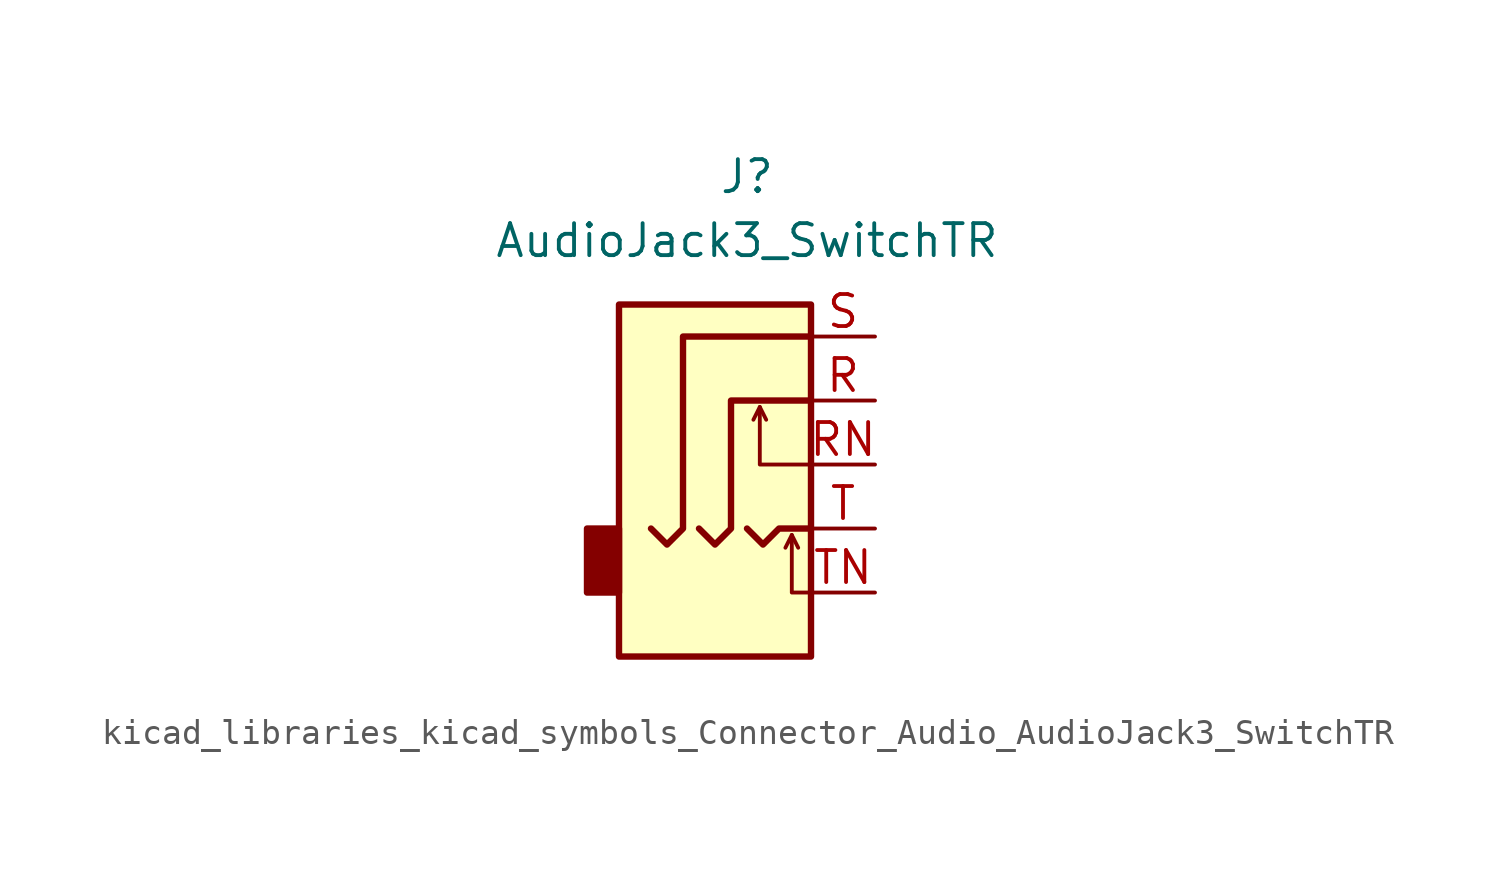
<source format=kicad_sym>
(kicad_symbol_lib
  (version 20220914)
  (generator kicad_symbol_editor)
  (symbol "kicad_libraries_kicad_symbols_Connector_Audio_AudioJack3_SwitchTR"
    (property "Reference" "J"
      (at 0 8.89 0)
      (effects (font (size 1.27 1.27))))
    (property "Value" "AudioJack3_SwitchTR"
      (at 0 6.35 0)
      (effects (font (size 1.27 1.27))))
    (symbol "kicad_libraries_kicad_symbols_Connector_Audio_AudioJack3_SwitchTR_0_1"
      (rectangle (start -5.08 -5.08) (end -6.35 -7.62) (stroke (width 0.254) (type default)) (fill (type outline)))
      (polyline (pts (xy 0.508 -0.254) (xy 0.762 -0.762)) (stroke (width 0) (type default)) (fill (type none)))
      (polyline (pts (xy 1.778 -5.334) (xy 2.032 -5.842)) (stroke (width 0) (type default)) (fill (type none)))
      (polyline (pts (xy 0 -5.08) (xy 0.635 -5.715) (xy 1.27 -5.08) (xy 2.54 -5.08)) (stroke (width 0.254) (type default)) (fill (type none)))
      (polyline (pts (xy 2.54 -7.62) (xy 1.778 -7.62) (xy 1.778 -5.334) (xy 1.524 -5.842)) (stroke (width 0) (type default)) (fill (type none)))
      (polyline (pts (xy 2.54 -2.54) (xy 0.508 -2.54) (xy 0.508 -0.254) (xy 0.254 -0.762)) (stroke (width 0) (type default)) (fill (type none)))
      (polyline (pts (xy -1.905 -5.08) (xy -1.27 -5.715) (xy -0.635 -5.08) (xy -0.635 0) (xy 2.54 0)) (stroke (width 0.254) (type default)) (fill (type none)))
      (polyline (pts (xy 2.54 2.54) (xy -2.54 2.54) (xy -2.54 -5.08) (xy -3.175 -5.715) (xy -3.81 -5.08)) (stroke (width 0.254) (type default)) (fill (type none)))
      (rectangle (start 2.54 3.81) (end -5.08 -10.16) (stroke (width 0.254) (type default)) (fill (type background))))
    (symbol "kicad_libraries_kicad_symbols_Connector_Audio_AudioJack3_SwitchTR_1_1"
      (pin passive line (at 5.08 0 180) (length 2.54) (name "~" (effects (font (size 1.27 1.27)))) (number "R" (effects (font (size 1.27 1.27)))))
      (pin passive line (at 5.08 -2.54 180) (length 2.54) (name "~" (effects (font (size 1.27 1.27)))) (number "RN" (effects (font (size 1.27 1.27)))))
      (pin passive line (at 5.08 2.54 180) (length 2.54) (name "~" (effects (font (size 1.27 1.27)))) (number "S" (effects (font (size 1.27 1.27)))))
      (pin passive line (at 5.08 -5.08 180) (length 2.54) (name "~" (effects (font (size 1.27 1.27)))) (number "T" (effects (font (size 1.27 1.27)))))
      (pin passive line (at 5.08 -7.62 180) (length 2.54) (name "~" (effects (font (size 1.27 1.27)))) (number "TN" (effects (font (size 1.27 1.27))))))))
</source>
